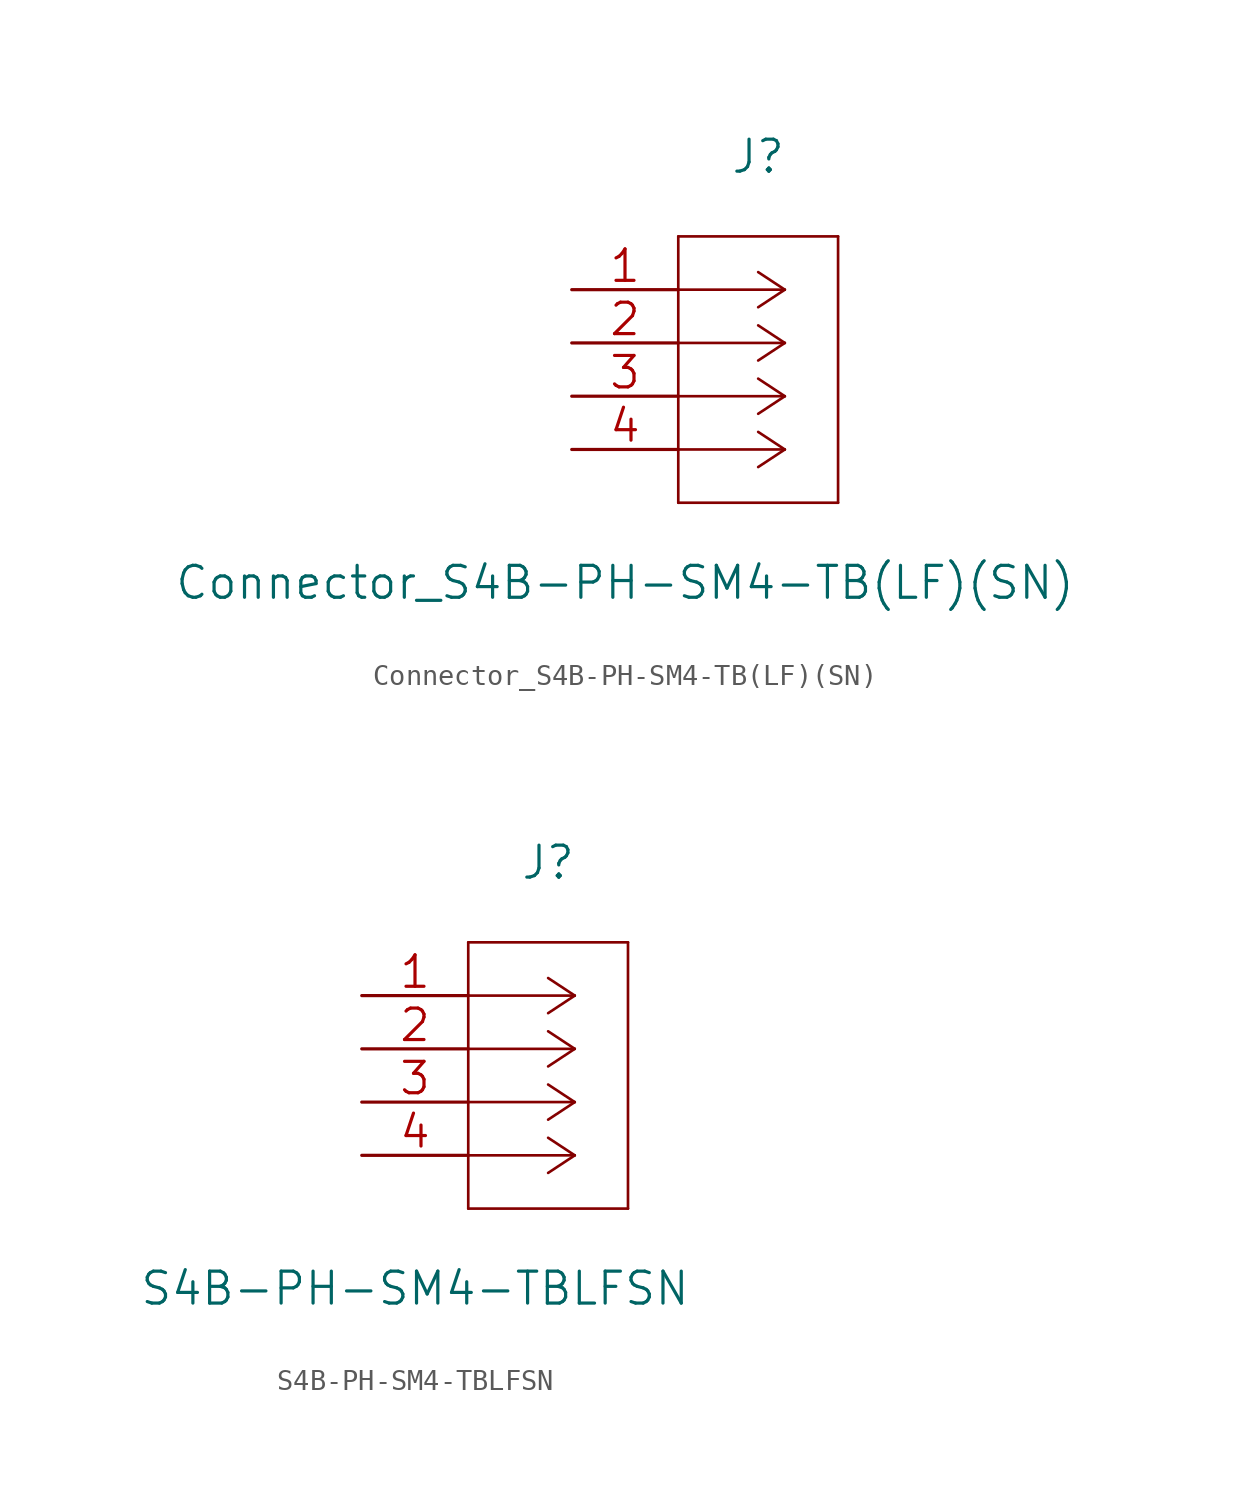
<source format=kicad_sym>
(kicad_symbol_lib
  (version 20210619)
  (generator kicad_symbol_editor)
  (symbol "NB3_power:Connector_S4B-PH-SM4-TB(LF)(SN)"
    (pin_names
      (offset 0.254) hide)
    (property "Reference" "J"
      (at 8.89 6.35 0)
      (effects (font (size 1.524 1.524))))
    (property "Value" "Connector_S4B-PH-SM4-TB(LF)(SN)"
      (at 2.54 -13.97 0)
      (effects (font (size 1.524 1.524))))
    (property "Datasheet" ""
      (at 0 0 0)
      (effects (font (size 1.524 1.524))))
    (symbol "Connector_S4B-PH-SM4-TB(LF)(SN)_1_1"
      (polyline (pts (xy 5.08 -10.16) (xy 12.7 -10.16)) (stroke (width 0.127)) (fill (type none)))
      (polyline (pts (xy 5.08 2.54) (xy 5.08 -10.16)) (stroke (width 0.127)) (fill (type none)))
      (polyline (pts (xy 10.16 -7.62) (xy 5.08 -7.62)) (stroke (width 0.127)) (fill (type none)))
      (polyline (pts (xy 10.16 -7.62) (xy 8.89 -8.458)) (stroke (width 0.127)) (fill (type none)))
      (polyline (pts (xy 10.16 -7.62) (xy 8.89 -6.782)) (stroke (width 0.127)) (fill (type none)))
      (polyline (pts (xy 10.16 -5.08) (xy 5.08 -5.08)) (stroke (width 0.127)) (fill (type none)))
      (polyline (pts (xy 10.16 -5.08) (xy 8.89 -5.918)) (stroke (width 0.127)) (fill (type none)))
      (polyline (pts (xy 10.16 -5.08) (xy 8.89 -4.242)) (stroke (width 0.127)) (fill (type none)))
      (polyline (pts (xy 10.16 -2.54) (xy 5.08 -2.54)) (stroke (width 0.127)) (fill (type none)))
      (polyline (pts (xy 10.16 -2.54) (xy 8.89 -3.378)) (stroke (width 0.127)) (fill (type none)))
      (polyline (pts (xy 10.16 -2.54) (xy 8.89 -1.702)) (stroke (width 0.127)) (fill (type none)))
      (polyline (pts (xy 10.16 0) (xy 5.08 0)) (stroke (width 0.127)) (fill (type none)))
      (polyline (pts (xy 10.16 0) (xy 8.89 -0.838)) (stroke (width 0.127)) (fill (type none)))
      (polyline (pts (xy 10.16 0) (xy 8.89 0.838)) (stroke (width 0.127)) (fill (type none)))
      (polyline (pts (xy 12.7 -10.16) (xy 12.7 2.54)) (stroke (width 0.127)) (fill (type none)))
      (polyline (pts (xy 12.7 2.54) (xy 5.08 2.54)) (stroke (width 0.127)) (fill (type none)))
      (pin unspecified line (at 0 0 0) (length 5.08) (name "1" (effects (font (size 1.499 1.499)))) (number "1" (effects (font (size 1.499 1.499)))))
      (pin unspecified line (at 0 -2.54 0) (length 5.08) (name "2" (effects (font (size 1.499 1.499)))) (number "2" (effects (font (size 1.499 1.499)))))
      (pin unspecified line (at 0 -5.08 0) (length 5.08) (name "3" (effects (font (size 1.499 1.499)))) (number "3" (effects (font (size 1.499 1.499)))))
      (pin unspecified line (at 0 -7.62 0) (length 5.08) (name "4" (effects (font (size 1.499 1.499)))) (number "4" (effects (font (size 1.499 1.499)))))))
  (symbol "NB3_power:S4B-PH-SM4-TBLFSN"
    (pin_names
      (offset 0.254) hide)
    (property "Reference" "J"
      (at 8.89 6.35 0)
      (effects (font (size 1.524 1.524))))
    (property "Value" "S4B-PH-SM4-TBLFSN"
      (at 2.54 -13.97 0)
      (effects (font (size 1.524 1.524))))
    (property "Datasheet" ""
      (at 0 0 0)
      (effects (font (size 1.524 1.524))))
    (property "ki_locked" ""
      (at 0 0 0)
      (effects (font (size 1.27 1.27))))
    (symbol "S4B-PH-SM4-TBLFSN_1_1"
      (polyline (pts (xy 5.08 -10.16) (xy 12.7 -10.16)) (stroke (width 0.127)) (fill (type none)))
      (polyline (pts (xy 5.08 2.54) (xy 5.08 -10.16)) (stroke (width 0.127)) (fill (type none)))
      (polyline (pts (xy 10.16 -7.62) (xy 5.08 -7.62)) (stroke (width 0.127)) (fill (type none)))
      (polyline (pts (xy 10.16 -7.62) (xy 8.89 -8.458)) (stroke (width 0.127)) (fill (type none)))
      (polyline (pts (xy 10.16 -7.62) (xy 8.89 -6.782)) (stroke (width 0.127)) (fill (type none)))
      (polyline (pts (xy 10.16 -5.08) (xy 5.08 -5.08)) (stroke (width 0.127)) (fill (type none)))
      (polyline (pts (xy 10.16 -5.08) (xy 8.89 -5.918)) (stroke (width 0.127)) (fill (type none)))
      (polyline (pts (xy 10.16 -5.08) (xy 8.89 -4.242)) (stroke (width 0.127)) (fill (type none)))
      (polyline (pts (xy 10.16 -2.54) (xy 5.08 -2.54)) (stroke (width 0.127)) (fill (type none)))
      (polyline (pts (xy 10.16 -2.54) (xy 8.89 -3.378)) (stroke (width 0.127)) (fill (type none)))
      (polyline (pts (xy 10.16 -2.54) (xy 8.89 -1.702)) (stroke (width 0.127)) (fill (type none)))
      (polyline (pts (xy 10.16 0) (xy 5.08 0)) (stroke (width 0.127)) (fill (type none)))
      (polyline (pts (xy 10.16 0) (xy 8.89 -0.838)) (stroke (width 0.127)) (fill (type none)))
      (polyline (pts (xy 10.16 0) (xy 8.89 0.838)) (stroke (width 0.127)) (fill (type none)))
      (polyline (pts (xy 12.7 -10.16) (xy 12.7 2.54)) (stroke (width 0.127)) (fill (type none)))
      (polyline (pts (xy 12.7 2.54) (xy 5.08 2.54)) (stroke (width 0.127)) (fill (type none)))
      (pin unspecified line (at 0 0 0) (length 5.08) (name "1" (effects (font (size 1.499 1.499)))) (number "1" (effects (font (size 1.499 1.499)))))
      (pin unspecified line (at 0 -2.54 0) (length 5.08) (name "2" (effects (font (size 1.499 1.499)))) (number "2" (effects (font (size 1.499 1.499)))))
      (pin unspecified line (at 0 -5.08 0) (length 5.08) (name "3" (effects (font (size 1.499 1.499)))) (number "3" (effects (font (size 1.499 1.499)))))
      (pin unspecified line (at 0 -7.62 0) (length 5.08) (name "4" (effects (font (size 1.499 1.499)))) (number "4" (effects (font (size 1.499 1.499))))))))
</source>
